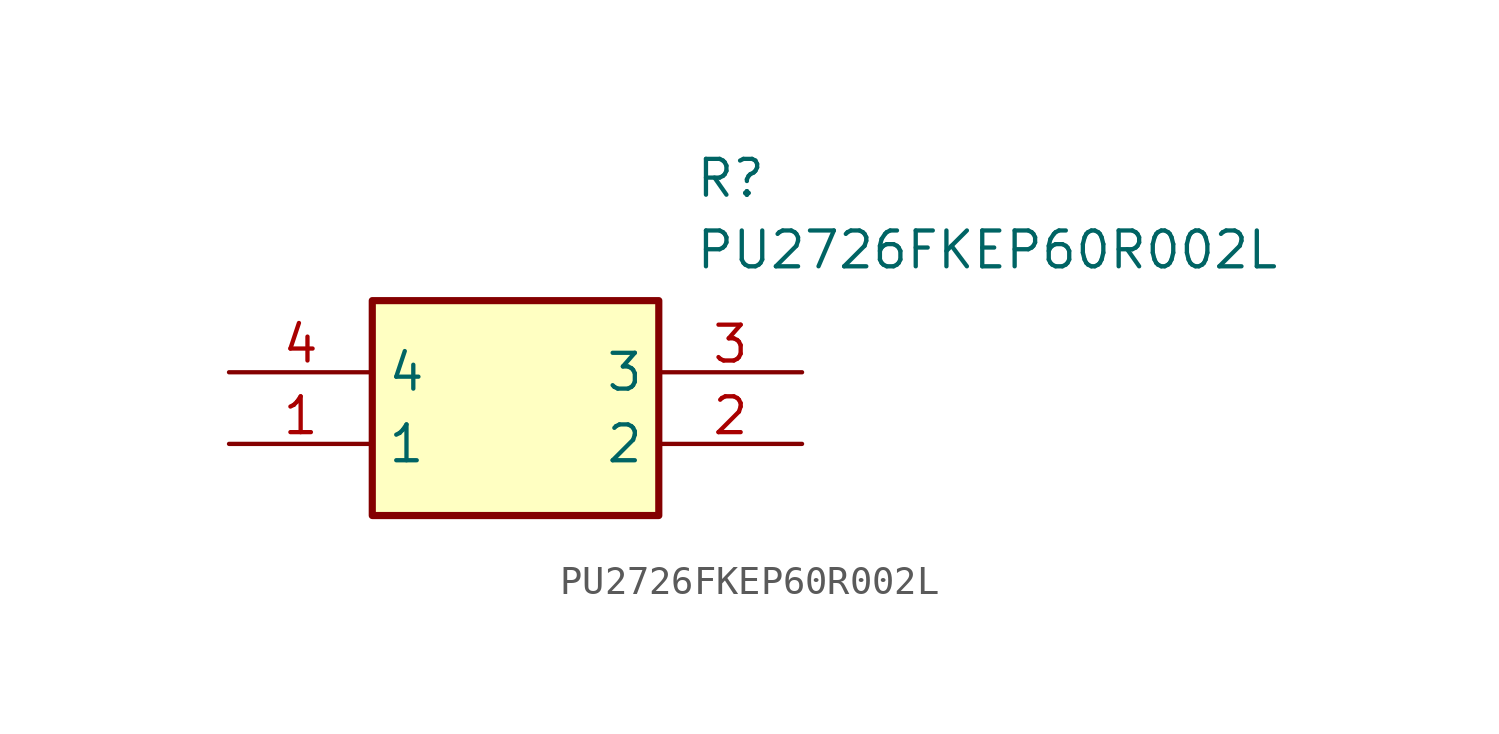
<source format=kicad_sym>
(kicad_symbol_lib
  (version 20211014)
  (generator SamacSys_ECAD_Model)
  (symbol "PU2726FKEP60R002L"
    (property "Reference" "R"
      (at 16.51 7.62 0)
      (effects (font (size 1.27 1.27)) (justify left top)))
    (property "Value" "PU2726FKEP60R002L"
      (at 16.51 5.08 0)
      (effects (font (size 1.27 1.27)) (justify left top)))
    (rectangle
      (start 5.08 2.54)
      (end 15.24 -5.08)
      (stroke (width 0.254) (type default))
      (fill (type background)))
    (pin passive line
      (at 0 -2.54 0)
      (length 5.08)
      (name "1" (effects (font (size 1.27 1.27))))
      (number "1" (effects (font (size 1.27 1.27)))))
    (pin passive line
      (at 20.32 -2.54 180)
      (length 5.08)
      (name "2" (effects (font (size 1.27 1.27))))
      (number "2" (effects (font (size 1.27 1.27)))))
    (pin passive line
      (at 20.32 0 180)
      (length 5.08)
      (name "3" (effects (font (size 1.27 1.27))))
      (number "3" (effects (font (size 1.27 1.27)))))
    (pin passive line
      (at 0 0 0)
      (length 5.08)
      (name "4" (effects (font (size 1.27 1.27))))
      (number "4" (effects (font (size 1.27 1.27)))))))
</source>
